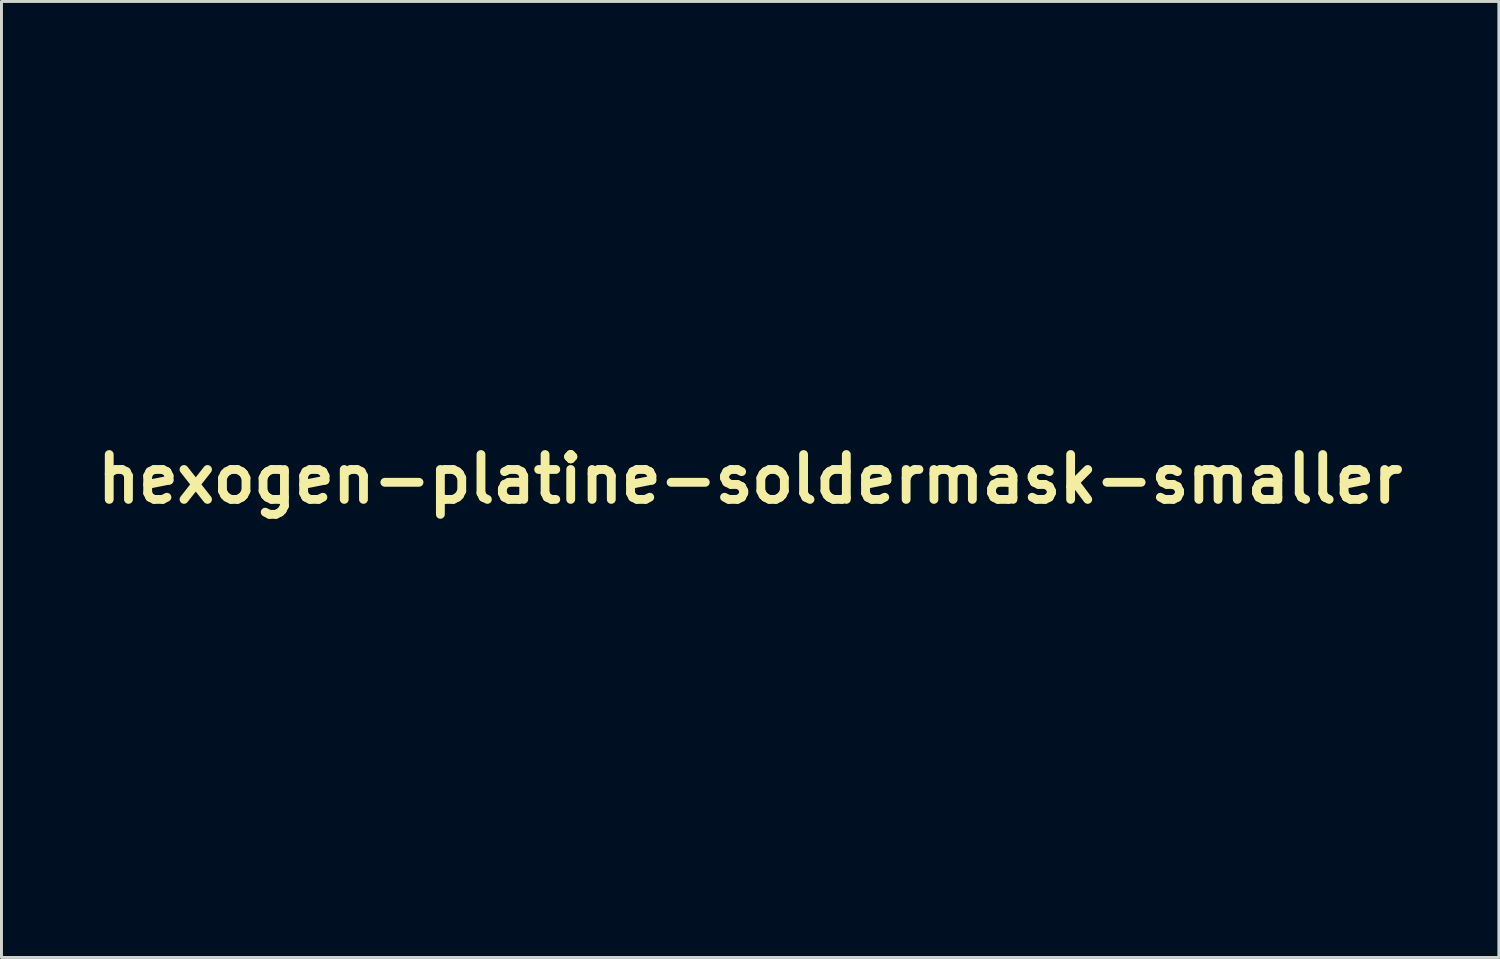
<source format=kicad_pcb>
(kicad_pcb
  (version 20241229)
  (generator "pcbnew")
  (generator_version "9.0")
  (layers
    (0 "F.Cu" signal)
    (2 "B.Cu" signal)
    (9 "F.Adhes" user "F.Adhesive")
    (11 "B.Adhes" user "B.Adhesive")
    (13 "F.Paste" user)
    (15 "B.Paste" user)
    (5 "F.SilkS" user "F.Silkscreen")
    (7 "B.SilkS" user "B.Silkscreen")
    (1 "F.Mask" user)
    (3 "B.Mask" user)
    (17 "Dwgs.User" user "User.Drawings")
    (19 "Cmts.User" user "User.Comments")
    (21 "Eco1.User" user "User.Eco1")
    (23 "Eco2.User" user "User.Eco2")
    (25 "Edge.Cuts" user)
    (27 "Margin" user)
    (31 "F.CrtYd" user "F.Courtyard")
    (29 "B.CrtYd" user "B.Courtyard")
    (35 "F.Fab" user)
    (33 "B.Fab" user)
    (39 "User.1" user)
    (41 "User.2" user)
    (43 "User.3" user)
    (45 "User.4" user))
  (footprint "hexogen-platine-soldermask-smaller"
    (layer "F.Cu")
    (at 22.432 13.224)
    (property "Reference" "hexogen-platine-soldermask-smaller" (at 0 0 0) (layer "F.SilkS") (effects (font (size 1.524 1.524) (thickness 0.3))))
    (attr through_hole)
    (fp_poly (pts (xy 2.289 -0.714) (xy 2.404 -0.674) (xy 2.494 -0.604) (xy 2.567 -0.5) (xy 2.569 -0.497) (xy 2.577 -0.482) (xy 2.584 -0.466) (xy 2.59 -0.446) (xy 2.595 -0.42) (xy 2.599 -0.385) (xy 2.603 -0.338) (xy 2.606 -0.277) (xy 2.609 -0.198) (xy 2.611 -0.099) (xy 2.613 0.023) (xy 2.614 0.17) (xy 2.616 0.345) (xy 2.617 0.551) (xy 2.618 0.791) (xy 2.619 1.067) (xy 2.62 1.382) (xy 2.62 1.445) (xy 2.626 3.302) (xy 4.466 3.302) (xy 4.467 1.91) (xy 4.467 1.611) (xy 4.468 1.34) (xy 4.47 1.101) (xy 4.472 0.895) (xy 4.475 0.723) (xy 4.479 0.588) (xy 4.483 0.491) (xy 4.487 0.434) (xy 4.489 0.423) (xy 4.537 0.296) (xy 4.617 0.191) (xy 4.702 0.128) (xy 4.809 0.089) (xy 4.931 0.077) (xy 5.058 0.091) (xy 5.177 0.129) (xy 5.28 0.187) (xy 5.35 0.261) (xy 5.381 0.323) (xy 5.408 0.405) (xy 5.419 0.457) (xy 5.423 0.502) (xy 5.426 0.585) (xy 5.43 0.703) (xy 5.433 0.852) (xy 5.435 1.029) (xy 5.437 1.23) (xy 5.438 1.452) (xy 5.439 1.691) (xy 5.44 1.929) (xy 5.44 2.214) (xy 5.44 2.459) (xy 5.441 2.667) (xy 5.443 2.84) (xy 5.445 2.981) (xy 5.447 3.093) (xy 5.451 3.177) (xy 5.454 3.238) (xy 5.459 3.276) (xy 5.464 3.295) (xy 5.466 3.297) (xy 5.502 3.316) (xy 5.561 3.337) (xy 5.588 3.344) (xy 5.708 3.391) (xy 5.796 3.462) (xy 5.855 3.558) (xy 5.886 3.684) (xy 5.893 3.799) (xy 5.89 3.9) (xy 5.879 3.974) (xy 5.857 4.035) (xy 5.846 4.059) (xy 5.773 4.155) (xy 5.671 4.228) (xy 5.552 4.27) (xy 5.544 4.271) (xy 5.45 4.287) (xy 5.439 5.335) (xy 5.436 5.583) (xy 5.433 5.792) (xy 5.43 5.967) (xy 5.427 6.11) (xy 5.422 6.226) (xy 5.416 6.317) (xy 5.408 6.389) (xy 5.398 6.444) (xy 5.385 6.487) (xy 5.37 6.52) (xy 5.352 6.548) (xy 5.33 6.574) (xy 5.317 6.588) (xy 5.239 6.643) (xy 5.13 6.68) (xy 4.998 6.697) (xy 4.85 6.692) (xy 4.815 6.688) (xy 4.693 6.66) (xy 4.603 6.611) (xy 4.538 6.536) (xy 4.525 6.514) (xy 4.514 6.493) (xy 4.505 6.472) (xy 4.497 6.447) (xy 4.491 6.413) (xy 4.486 6.369) (xy 4.482 6.309) (xy 4.479 6.23) (xy 4.477 6.129) (xy 4.475 6.001) (xy 4.474 5.842) (xy 4.472 5.65) (xy 4.471 5.421) (xy 4.471 5.35) (xy 4.464 4.276) (xy 1.651 4.276) (xy 1.651 2.001) (xy 1.651 1.581) (xy 1.652 1.203) (xy 1.653 0.866) (xy 1.654 0.571) (xy 1.656 0.316) (xy 1.658 0.101) (xy 1.661 -0.074) (xy 1.664 -0.21) (xy 1.668 -0.307) (xy 1.672 -0.365) (xy 1.674 -0.379) (xy 1.719 -0.511) (xy 1.793 -0.611) (xy 1.896 -0.68) (xy 2.028 -0.718) (xy 2.146 -0.727) (xy 2.289 -0.714)) (stroke (width 0.01) (type solid)) (fill yes) (layer "F.Mask"))
    (fp_poly (pts (xy -1.207 -0.677) (xy -1.104 -0.596) (xy -1.029 -0.491) (xy -0.985 -0.368) (xy -0.974 -0.235) (xy -0.998 -0.102) (xy -1.032 -0.021) (xy -1.08 0.056) (xy -1.138 0.113) (xy -1.206 0.156) (xy -1.323 0.222) (xy -2.339 0.233) (xy -2.579 0.235) (xy -2.781 0.238) (xy -2.948 0.24) (xy -3.085 0.244) (xy -3.194 0.248) (xy -3.281 0.255) (xy -3.347 0.263) (xy -3.399 0.274) (xy -3.439 0.289) (xy -3.47 0.307) (xy -3.498 0.329) (xy -3.526 0.356) (xy -3.554 0.385) (xy -3.578 0.418) (xy -3.618 0.486) (xy -3.672 0.582) (xy -3.737 0.704) (xy -3.813 0.847) (xy -3.896 1.006) (xy -3.984 1.177) (xy -4.075 1.357) (xy -4.167 1.539) (xy -4.258 1.721) (xy -4.345 1.898) (xy -4.426 2.065) (xy -4.5 2.218) (xy -4.564 2.354) (xy -4.615 2.466) (xy -4.652 2.552) (xy -4.67 2.599) (xy -4.712 2.773) (xy -4.729 2.966) (xy -4.72 3.161) (xy -4.7 3.281) (xy -4.683 3.338) (xy -4.65 3.423) (xy -4.6 3.539) (xy -4.532 3.685) (xy -4.447 3.865) (xy -4.343 4.079) (xy -4.277 4.212) (xy -4.188 4.393) (xy -4.1 4.571) (xy -4.016 4.741) (xy -3.94 4.896) (xy -3.873 5.033) (xy -3.819 5.144) (xy -3.78 5.224) (xy -3.773 5.239) (xy -3.704 5.377) (xy -3.644 5.481) (xy -3.586 5.559) (xy -3.524 5.618) (xy -3.455 5.665) (xy -3.414 5.686) (xy -3.294 5.745) (xy -2.34 5.749) (xy -2.069 5.75) (xy -1.84 5.753) (xy -1.651 5.756) (xy -1.502 5.761) (xy -1.393 5.766) (xy -1.322 5.773) (xy -1.295 5.777) (xy -1.178 5.83) (xy -1.084 5.913) (xy -1.017 6.022) (xy -0.981 6.148) (xy -0.979 6.262) (xy -1.009 6.408) (xy -1.071 6.528) (xy -1.16 6.619) (xy -1.277 6.679) (xy -1.302 6.686) (xy -1.342 6.692) (xy -1.42 6.696) (xy -1.53 6.7) (xy -1.666 6.703) (xy -1.823 6.705) (xy -1.995 6.706) (xy -2.179 6.707) (xy -2.368 6.706) (xy -2.557 6.705) (xy -2.74 6.704) (xy -2.913 6.701) (xy -3.07 6.698) (xy -3.205 6.693) (xy -3.315 6.689) (xy -3.334 6.687) (xy -3.529 6.668) (xy -3.693 6.635) (xy -3.835 6.586) (xy -3.966 6.518) (xy -3.991 6.502) (xy -4.13 6.395) (xy -4.265 6.26) (xy -4.384 6.109) (xy -4.414 6.065) (xy -4.44 6.019) (xy -4.483 5.94) (xy -4.539 5.832) (xy -4.608 5.699) (xy -4.686 5.547) (xy -4.771 5.378) (xy -4.862 5.199) (xy -4.955 5.013) (xy -5.049 4.825) (xy -5.141 4.64) (xy -5.229 4.461) (xy -5.311 4.294) (xy -5.384 4.143) (xy -5.447 4.013) (xy -5.497 3.907) (xy -5.532 3.831) (xy -5.545 3.8) (xy -5.639 3.507) (xy -5.69 3.213) (xy -5.699 2.916) (xy -5.667 2.62) (xy -5.592 2.326) (xy -5.506 2.102) (xy -5.468 2.018) (xy -5.415 1.906) (xy -5.349 1.77) (xy -5.273 1.615) (xy -5.189 1.445) (xy -5.099 1.265) (xy -5.006 1.079) (xy -4.911 0.891) (xy -4.817 0.707) (xy -4.727 0.53) (xy -4.642 0.365) (xy -4.565 0.217) (xy -4.498 0.09) (xy -4.444 -0.011) (xy -4.404 -0.082) (xy -4.386 -0.113) (xy -4.234 -0.303) (xy -4.057 -0.46) (xy -3.857 -0.582) (xy -3.633 -0.668) (xy -3.545 -0.691) (xy -3.502 -0.699) (xy -3.456 -0.707) (xy -3.402 -0.713) (xy -3.337 -0.718) (xy -3.256 -0.722) (xy -3.156 -0.724) (xy -3.032 -0.727) (xy -2.88 -0.728) (xy -2.696 -0.729) (xy -2.476 -0.729) (xy -2.339 -0.729) (xy -1.302 -0.73) (xy -1.207 -0.677)) (stroke (width 0.01) (type solid)) (fill yes) (layer "F.Mask"))
    (fp_poly (pts (xy 0.197 -13.218) (xy 0.269 -13.213) (xy 0.327 -13.201) (xy 0.384 -13.18) (xy 0.449 -13.149) (xy 0.603 -13.052) (xy 0.727 -12.928) (xy 0.819 -12.784) (xy 0.878 -12.625) (xy 0.902 -12.456) (xy 0.888 -12.283) (xy 0.835 -12.112) (xy 0.826 -12.093) (xy 0.734 -11.941) (xy 0.609 -11.814) (xy 0.448 -11.709) (xy 0.407 -11.688) (xy 0.243 -11.61) (xy 0.243 -7.525) (xy 0.407 -7.445) (xy 0.571 -7.347) (xy 0.701 -7.23) (xy 0.805 -7.089) (xy 0.828 -7.049) (xy 0.9 -6.915) (xy 3.334 -5.509) (xy 3.662 -5.32) (xy 4.002 -5.124) (xy 4.348 -4.924) (xy 4.697 -4.723) (xy 5.044 -4.522) (xy 5.386 -4.325) (xy 5.719 -4.133) (xy 6.037 -3.95) (xy 6.338 -3.777) (xy 6.616 -3.616) (xy 6.868 -3.471) (xy 7.089 -3.344) (xy 7.186 -3.288) (xy 7.414 -3.157) (xy 7.632 -3.031) (xy 7.839 -2.911) (xy 8.03 -2.799) (xy 8.204 -2.698) (xy 8.356 -2.608) (xy 8.484 -2.532) (xy 8.585 -2.472) (xy 8.656 -2.428) (xy 8.693 -2.404) (xy 8.696 -2.402) (xy 8.83 -2.273) (xy 8.934 -2.12) (xy 8.981 -2.019) (xy 9.028 -1.894) (xy 9.049 7.271) (xy 9.131 7.382) (xy 9.217 7.533) (xy 9.272 7.698) (xy 9.291 7.868) (xy 9.275 8.022) (xy 9.266 8.082) (xy 9.265 8.129) (xy 9.266 8.132) (xy 9.275 8.142) (xy 9.301 8.161) (xy 9.345 8.19) (xy 9.408 8.23) (xy 9.493 8.282) (xy 9.599 8.346) (xy 9.729 8.424) (xy 9.883 8.515) (xy 10.064 8.621) (xy 10.272 8.742) (xy 10.509 8.88) (xy 10.777 9.035) (xy 11.076 9.208) (xy 11.407 9.4) (xy 11.773 9.611) (xy 12.127 9.815) (xy 12.231 9.874) (xy 12.324 9.924) (xy 12.399 9.963) (xy 12.449 9.986) (xy 12.466 9.991) (xy 12.501 9.98) (xy 12.557 9.951) (xy 12.616 9.916) (xy 12.766 9.836) (xy 12.919 9.792) (xy 13.086 9.782) (xy 13.124 9.783) (xy 13.304 9.814) (xy 13.467 9.882) (xy 13.609 9.984) (xy 13.725 10.118) (xy 13.784 10.219) (xy 13.816 10.286) (xy 13.836 10.341) (xy 13.847 10.397) (xy 13.852 10.468) (xy 13.854 10.566) (xy 13.854 10.583) (xy 13.852 10.688) (xy 13.848 10.763) (xy 13.837 10.821) (xy 13.819 10.874) (xy 13.795 10.924) (xy 13.722 11.039) (xy 13.621 11.151) (xy 13.504 11.248) (xy 13.389 11.316) (xy 13.224 11.37) (xy 13.058 11.386) (xy 12.898 11.367) (xy 12.746 11.315) (xy 12.607 11.236) (xy 12.486 11.131) (xy 12.387 11.005) (xy 12.314 10.86) (xy 12.272 10.701) (xy 12.268 10.614) (xy 12.598 10.614) (xy 12.629 10.749) (xy 12.645 10.787) (xy 12.717 10.894) (xy 12.817 10.977) (xy 12.935 11.029) (xy 13.062 11.05) (xy 13.192 11.035) (xy 13.246 11.016) (xy 13.362 10.946) (xy 13.451 10.848) (xy 13.51 10.73) (xy 13.535 10.6) (xy 13.524 10.481) (xy 13.475 10.349) (xy 13.396 10.241) (xy 13.292 10.162) (xy 13.167 10.117) (xy 13.07 10.108) (xy 12.931 10.128) (xy 12.811 10.181) (xy 12.714 10.262) (xy 12.644 10.365) (xy 12.604 10.484) (xy 12.598 10.614) (xy 12.268 10.614) (xy 12.265 10.53) (xy 12.275 10.447) (xy 12.287 10.346) (xy 12.283 10.282) (xy 12.278 10.269) (xy 12.256 10.25) (xy 12.201 10.213) (xy 12.116 10.159) (xy 12.007 10.092) (xy 11.876 10.013) (xy 11.728 9.925) (xy 11.566 9.83) (xy 11.457 9.767) (xy 11.248 9.646) (xy 11.016 9.512) (xy 10.77 9.37) (xy 10.522 9.226) (xy 10.281 9.087) (xy 10.058 8.958) (xy 9.896 8.865) (xy 9.732 8.77) (xy 9.578 8.682) (xy 9.439 8.604) (xy 9.319 8.537) (xy 9.222 8.484) (xy 9.151 8.446) (xy 9.111 8.427) (xy 9.103 8.424) (xy 9.071 8.436) (xy 9.016 8.466) (xy 8.954 8.506) (xy 8.837 8.579) (xy 8.722 8.625) (xy 8.596 8.65) (xy 8.444 8.657) (xy 8.337 8.661) (xy 8.247 8.671) (xy 8.186 8.685) (xy 8.185 8.686) (xy 8.154 8.702) (xy 8.087 8.739) (xy 7.983 8.797) (xy 7.843 8.876) (xy 7.668 8.976) (xy 7.456 9.097) (xy 7.209 9.239) (xy 6.926 9.401) (xy 6.608 9.584) (xy 6.255 9.787) (xy 5.867 10.011) (xy 5.443 10.255) (xy 4.985 10.519) (xy 4.493 10.803) (xy 3.966 11.108) (xy 3.404 11.432) (xy 2.809 11.776) (xy 2.572 11.913) (xy 2.224 12.114) (xy 1.901 12.3) (xy 1.603 12.47) (xy 1.332 12.625) (xy 1.089 12.764) (xy 0.874 12.885) (xy 0.69 12.988) (xy 0.537 13.072) (xy 0.417 13.138) (xy 0.33 13.183) (xy 0.278 13.208) (xy 0.268 13.212) (xy 0.095 13.245) (xy -0.078 13.24) (xy -0.213 13.208) (xy -0.25 13.191) (xy -0.321 13.155) (xy -0.422 13.1) (xy -0.55 13.03) (xy -0.702 12.945) (xy -0.874 12.849) (xy -1.064 12.741) (xy -1.268 12.625) (xy -1.482 12.502) (xy -1.673 12.392) (xy -1.91 12.255) (xy -2.149 12.117) (xy -2.385 11.98) (xy -2.616 11.847) (xy -2.835 11.721) (xy -3.038 11.603) (xy -3.22 11.498) (xy -3.378 11.407) (xy -3.506 11.333) (xy -3.556 11.304) (xy -3.65 11.25) (xy -3.777 11.176) (xy -3.934 11.085) (xy -4.118 10.979) (xy -4.326 10.859) (xy -4.553 10.727) (xy -4.798 10.586) (xy -5.056 10.437) (xy -5.324 10.282) (xy -5.6 10.123) (xy -5.879 9.961) (xy -6.079 9.846) (xy -6.346 9.691) (xy -6.604 9.542) (xy -6.85 9.401) (xy -7.081 9.268) (xy -7.296 9.145) (xy -7.491 9.033) (xy -7.664 8.934) (xy -7.813 8.849) (xy -7.935 8.779) (xy -8.028 8.727) (xy -8.089 8.693) (xy -8.117 8.679) (xy -8.117 8.678) (xy -8.164 8.669) (xy -8.239 8.661) (xy -8.329 8.657) (xy -8.359 8.657) (xy -8.509 8.651) (xy -8.632 8.628) (xy -8.743 8.586) (xy -8.856 8.52) (xy -8.923 8.48) (xy -8.98 8.456) (xy -9.013 8.451) (xy -9.039 8.463) (xy -9.097 8.495) (xy -9.186 8.544) (xy -9.302 8.609) (xy -9.44 8.688) (xy -9.599 8.779) (xy -9.775 8.88) (xy -9.965 8.988) (xy -10.165 9.104) (xy -10.372 9.223) (xy -10.583 9.345) (xy -10.795 9.468) (xy -11.005 9.59) (xy -11.208 9.708) (xy -11.403 9.822) (xy -11.585 9.928) (xy -11.752 10.026) (xy -11.901 10.113) (xy -12.027 10.188) (xy -12.128 10.249) (xy -12.201 10.293) (xy -12.242 10.319) (xy -12.25 10.325) (xy -12.265 10.367) (xy -12.274 10.444) (xy -12.277 10.541) (xy -12.289 10.728) (xy -12.326 10.886) (xy -12.392 11.023) (xy -12.49 11.144) (xy -12.541 11.193) (xy -12.67 11.285) (xy -12.81 11.344) (xy -12.971 11.372) (xy -13.06 11.375) (xy -13.176 11.371) (xy -13.268 11.357) (xy -13.354 11.33) (xy -13.361 11.327) (xy -13.5 11.252) (xy -13.628 11.143) (xy -13.735 11.012) (xy -13.784 10.926) (xy -13.817 10.855) (xy -13.838 10.796) (xy -13.849 10.736) (xy -13.853 10.658) (xy -13.853 10.6) (xy -13.538 10.6) (xy -13.515 10.725) (xy -13.455 10.843) (xy -13.362 10.942) (xy -13.244 11.014) (xy -13.111 11.046) (xy -12.968 11.039) (xy -12.904 11.023) (xy -12.814 10.979) (xy -12.728 10.906) (xy -12.658 10.819) (xy -12.62 10.74) (xy -12.595 10.592) (xy -12.61 10.455) (xy -12.664 10.331) (xy -12.757 10.223) (xy -12.763 10.218) (xy -12.882 10.141) (xy -13.007 10.105) (xy -13.135 10.109) (xy -13.261 10.154) (xy -13.379 10.238) (xy -13.383 10.241) (xy -13.473 10.351) (xy -13.524 10.473) (xy -13.538 10.6) (xy -13.853 10.6) (xy -13.854 10.584) (xy -13.852 10.483) (xy -13.846 10.411) (xy -13.832 10.35) (xy -13.808 10.287) (xy -13.788 10.245) (xy -13.694 10.089) (xy -13.572 9.962) (xy -13.43 9.865) (xy -13.272 9.804) (xy -13.147 9.784) (xy -12.991 9.788) (xy -12.839 9.823) (xy -12.681 9.894) (xy -12.602 9.939) (xy -12.526 9.983) (xy -12.459 10.016) (xy -12.413 10.032) (xy -12.405 10.033) (xy -12.381 10.024) (xy -12.325 9.996) (xy -12.237 9.949) (xy -12.117 9.883) (xy -11.964 9.797) (xy -11.777 9.692) (xy -11.557 9.567) (xy -11.303 9.422) (xy -11.015 9.257) (xy -10.692 9.071) (xy -10.334 8.865) (xy -9.94 8.637) (xy -9.51 8.389) (xy -9.319 8.278) (xy -9.253 8.237) (xy -9.202 8.2) (xy -9.177 8.174) (xy -9.176 8.173) (xy -9.174 8.139) (xy -9.179 8.077) (xy -9.189 8.007) (xy -9.201 7.819) (xy -9.2 7.813) (xy -8.865 7.813) (xy -8.857 7.959) (xy -8.81 8.088) (xy -8.728 8.196) (xy -8.609 8.281) (xy -8.604 8.283) (xy -8.524 8.309) (xy -8.422 8.318) (xy -8.315 8.311) (xy -8.221 8.289) (xy -8.193 8.277) (xy -8.13 8.235) (xy -8.064 8.177) (xy -8.036 8.147) (xy -7.965 8.035) (xy -7.932 7.912) (xy -7.934 7.786) (xy -7.972 7.664) (xy -8.044 7.553) (xy -8.148 7.46) (xy -8.153 7.456) (xy -8.205 7.425) (xy -8.256 7.407) (xy -8.319 7.4) (xy -8.403 7.398) (xy -8.492 7.4) (xy -8.554 7.408) (xy -8.604 7.427) (xy -8.653 7.456) (xy -8.76 7.55) (xy -8.831 7.663) (xy -8.864 7.798) (xy -8.865 7.813) (xy -9.2 7.813) (xy -9.172 7.637) (xy -9.103 7.465) (xy -9.042 7.368) (xy -8.975 7.275) (xy -8.975 4.659) (xy -8.019 4.659) (xy -8.019 5.01) (xy -8.019 5.34) (xy -8.018 5.647) (xy -8.018 5.929) (xy -8.017 6.184) (xy -8.017 6.411) (xy -8.016 6.606) (xy -8.015 6.768) (xy -8.014 6.895) (xy -8.013 6.984) (xy -8.012 7.035) (xy -8.011 7.046) (xy -7.985 7.109) (xy -7.924 7.192) (xy -7.864 7.26) (xy -7.77 7.367) (xy -7.702 7.465) (xy -7.653 7.565) (xy -7.615 7.684) (xy -7.608 7.711) (xy -7.582 7.794) (xy -7.551 7.86) (xy -7.528 7.892) (xy -7.504 7.908) (xy -7.445 7.943) (xy -7.355 7.997) (xy -7.235 8.068) (xy -7.089 8.155) (xy -6.917 8.255) (xy -6.723 8.369) (xy -6.51 8.493) (xy -6.279 8.628) (xy -6.033 8.771) (xy -5.774 8.921) (xy -5.505 9.076) (xy -5.45 9.108) (xy -5.134 9.291) (xy -4.795 9.487) (xy -4.44 9.692) (xy -4.075 9.903) (xy -3.706 10.116) (xy -3.338 10.329) (xy -2.977 10.538) (xy -2.629 10.739) (xy -2.301 10.929) (xy -1.997 11.105) (xy -1.723 11.264) (xy -1.714 11.269) (xy -1.401 11.45) (xy -1.123 11.61) (xy -0.879 11.751) (xy -0.666 11.872) (xy -0.485 11.975) (xy -0.332 12.06) (xy -0.208 12.128) (xy -0.11 12.181) (xy -0.037 12.218) (xy 0.012 12.24) (xy 0.039 12.249) (xy 0.043 12.249) (xy 0.068 12.238) (xy 0.127 12.207) (xy 0.219 12.157) (xy 0.34 12.09) (xy 0.488 12.007) (xy 0.661 11.909) (xy 0.857 11.798) (xy 1.073 11.674) (xy 1.308 11.54) (xy 1.558 11.397) (xy 1.822 11.245) (xy 2.097 11.086) (xy 2.287 10.976) (xy 2.607 10.791) (xy 2.944 10.596) (xy 3.293 10.395) (xy 3.648 10.189) (xy 4.004 9.983) (xy 4.358 9.779) (xy 4.702 9.579) (xy 5.034 9.387) (xy 5.347 9.206) (xy 5.636 9.039) (xy 5.898 8.888) (xy 6.049 8.8) (xy 6.286 8.663) (xy 6.513 8.53) (xy 6.727 8.405) (xy 6.925 8.289) (xy 7.105 8.182) (xy 7.263 8.088) (xy 7.398 8.006) (xy 7.506 7.94) (xy 7.584 7.891) (xy 7.586 7.89) (xy 8.016 7.89) (xy 8.039 8.013) (xy 8.093 8.126) (xy 8.177 8.221) (xy 8.288 8.291) (xy 8.302 8.296) (xy 8.372 8.312) (xy 8.465 8.316) (xy 8.563 8.31) (xy 8.648 8.295) (xy 8.674 8.286) (xy 8.789 8.216) (xy 8.875 8.121) (xy 8.931 8.007) (xy 8.953 7.882) (xy 8.94 7.752) (xy 8.889 7.625) (xy 8.809 7.515) (xy 8.713 7.441) (xy 8.594 7.401) (xy 8.51 7.391) (xy 8.375 7.397) (xy 8.264 7.434) (xy 8.167 7.507) (xy 8.146 7.528) (xy 8.068 7.64) (xy 8.025 7.763) (xy 8.016 7.89) (xy 7.586 7.89) (xy 7.631 7.86) (xy 7.643 7.849) (xy 7.661 7.806) (xy 7.683 7.739) (xy 7.695 7.692) (xy 7.76 7.513) (xy 7.852 7.365) (xy 7.928 7.283) (xy 7.986 7.225) (xy 8.034 7.169) (xy 8.057 7.135) (xy 8.06 7.108) (xy 8.063 7.041) (xy 8.066 6.936) (xy 8.069 6.796) (xy 8.072 6.623) (xy 8.074 6.421) (xy 8.076 6.19) (xy 8.078 5.935) (xy 8.08 5.656) (xy 8.082 5.357) (xy 8.083 5.04) (xy 8.085 4.708) (xy 8.086 4.362) (xy 8.087 4.005) (xy 8.087 3.641) (xy 8.088 3.27) (xy 8.088 2.896) (xy 8.088 2.521) (xy 8.088 2.147) (xy 8.088 1.778) (xy 8.087 1.414) (xy 8.087 1.06) (xy 8.086 0.716) (xy 8.084 0.386) (xy 8.083 0.073) (xy 8.082 -0.223) (xy 8.08 -0.497) (xy 8.078 -0.748) (xy 8.076 -0.974) (xy 8.073 -1.171) (xy 8.071 -1.337) (xy 8.068 -1.471) (xy 8.065 -1.569) (xy 8.062 -1.629) (xy 8.059 -1.648) (xy 8.034 -1.671) (xy 7.972 -1.714) (xy 7.873 -1.777) (xy 7.737 -1.86) (xy 7.564 -1.963) (xy 7.355 -2.087) (xy 7.108 -2.231) (xy 6.858 -2.375) (xy 6.691 -2.472) (xy 6.49 -2.588) (xy 6.261 -2.72) (xy 6.005 -2.868) (xy 5.727 -3.028) (xy 5.43 -3.2) (xy 5.118 -3.38) (xy 4.795 -3.567) (xy 4.463 -3.758) (xy 4.127 -3.952) (xy 3.791 -4.146) (xy 3.457 -4.339) (xy 3.141 -4.522) (xy 2.816 -4.709) (xy 2.505 -4.888) (xy 2.21 -5.057) (xy 1.934 -5.216) (xy 1.677 -5.363) (xy 1.441 -5.497) (xy 1.229 -5.617) (xy 1.042 -5.722) (xy 0.883 -5.811) (xy 0.752 -5.884) (xy 0.651 -5.938) (xy 0.584 -5.974) (xy 0.55 -5.99) (xy 0.547 -5.99) (xy 0.5 -5.983) (xy 0.431 -5.965) (xy 0.37 -5.945) (xy 0.195 -5.904) (xy 0.019 -5.903) (xy -0.152 -5.942) (xy -0.191 -5.958) (xy -0.27 -5.989) (xy -0.343 -6.014) (xy -0.392 -6.026) (xy -0.406 -6.025) (xy -0.43 -6.017) (xy -0.465 -6.003) (xy -0.513 -5.98) (xy -0.577 -5.948) (xy -0.657 -5.905) (xy -0.756 -5.851) (xy -0.876 -5.784) (xy -1.019 -5.704) (xy -1.187 -5.608) (xy -1.382 -5.497) (xy -1.605 -5.369) (xy -1.858 -5.223) (xy -2.144 -5.058) (xy -2.465 -4.873) (xy -2.498 -4.854) (xy -2.815 -4.671) (xy -3.153 -4.475) (xy -3.506 -4.271) (xy -3.87 -4.061) (xy -4.237 -3.849) (xy -4.603 -3.637) (xy -4.962 -3.43) (xy -5.307 -3.231) (xy -5.634 -3.042) (xy -5.936 -2.868) (xy -6.207 -2.711) (xy -6.229 -2.699) (xy -6.475 -2.556) (xy -6.712 -2.42) (xy -6.937 -2.29) (xy -7.146 -2.168) (xy -7.337 -2.057) (xy -7.508 -1.958) (xy -7.656 -1.872) (xy -7.778 -1.8) (xy -7.872 -1.745) (xy -7.934 -1.708) (xy -7.963 -1.69) (xy -7.964 -1.689) (xy -8.012 -1.653) (xy -8.018 2.66) (xy -8.018 3.086) (xy -8.019 3.5) (xy -8.019 3.902) (xy -8.019 4.289) (xy -8.019 4.659) (xy -8.975 4.659) (xy -8.975 2.775) (xy -8.974 2.175) (xy -8.974 1.617) (xy -8.974 1.101) (xy -8.973 0.628) (xy -8.972 0.195) (xy -8.971 -0.195) (xy -8.969 -0.544) (xy -8.968 -0.852) (xy -8.966 -1.119) (xy -8.964 -1.345) (xy -8.962 -1.531) (xy -8.959 -1.675) (xy -8.957 -1.779) (xy -8.954 -1.843) (xy -8.952 -1.863) (xy -8.905 -2.047) (xy -8.825 -2.204) (xy -8.725 -2.323) (xy -8.696 -2.347) (xy -8.649 -2.381) (xy -8.58 -2.426) (xy -8.489 -2.483) (xy -8.374 -2.553) (xy -8.233 -2.638) (xy -8.065 -2.737) (xy -7.868 -2.853) (xy -7.641 -2.985) (xy -7.382 -3.136) (xy -7.089 -3.305) (xy -6.76 -3.494) (xy -6.75 -3.5) (xy -6.181 -3.828) (xy -5.648 -4.134) (xy -5.15 -4.422) (xy -4.685 -4.69) (xy -4.252 -4.939) (xy -3.85 -5.171) (xy -3.478 -5.386) (xy -3.136 -5.584) (xy -2.821 -5.766) (xy -2.533 -5.933) (xy -2.27 -6.086) (xy -2.032 -6.224) (xy -1.817 -6.35) (xy -1.624 -6.463) (xy -1.453 -6.563) (xy -1.302 -6.653) (xy -1.293 -6.658) (xy -0.372 -6.658) (xy -0.345 -6.546) (xy -0.292 -6.444) (xy -0.217 -6.357) (xy -0.123 -6.29) (xy -0.015 -6.246) (xy 0.105 -6.232) (xy 0.231 -6.252) (xy 0.32 -6.288) (xy 0.426 -6.364) (xy 0.505 -6.466) (xy 0.554 -6.585) (xy 0.57 -6.713) (xy 0.551 -6.84) (xy 0.532 -6.89) (xy 0.457 -7.007) (xy 0.36 -7.095) (xy 0.246 -7.15) (xy 0.124 -7.174) (xy -0.001 -7.164) (xy -0.121 -7.119) (xy -0.229 -7.04) (xy -0.259 -7.007) (xy -0.333 -6.893) (xy -0.369 -6.776) (xy -0.372 -6.658) (xy -1.293 -6.658) (xy -1.169 -6.732) (xy -1.054 -6.801) (xy -0.956 -6.861) (xy -0.874 -6.912) (xy -0.806 -6.955) (xy -0.751 -6.99) (xy -0.709 -7.019) (xy -0.678 -7.042) (xy -0.656 -7.059) (xy -0.646 -7.069) (xy -0.532 -7.193) (xy -0.438 -7.287) (xy -0.36 -7.356) (xy -0.294 -7.404) (xy -0.233 -7.436) (xy -0.221 -7.44) (xy -0.191 -7.45) (xy -0.165 -7.457) (xy -0.142 -7.463) (xy -0.122 -7.472) (xy -0.105 -7.486) (xy -0.09 -7.507) (xy -0.078 -7.538) (xy -0.068 -7.581) (xy -0.061 -7.639) (xy -0.054 -7.715) (xy -0.05 -7.81) (xy -0.047 -7.928) (xy -0.045 -8.07) (xy -0.044 -8.24) (xy -0.044 -8.44) (xy -0.045 -8.673) (xy -0.045 -8.94) (xy -0.047 -9.244) (xy -0.048 -9.576) (xy -0.053 -11.61) (xy -0.212 -11.686) (xy -0.382 -11.788) (xy -0.518 -11.914) (xy -0.618 -12.063) (xy -0.683 -12.234) (xy -0.699 -12.312) (xy -0.704 -12.426) (xy -0.37 -12.426) (xy -0.36 -12.309) (xy -0.329 -12.216) (xy -0.271 -12.131) (xy -0.24 -12.099) (xy -0.13 -12.016) (xy -0.005 -11.97) (xy 0.129 -11.962) (xy 0.264 -11.993) (xy 0.32 -12.018) (xy 0.43 -12.096) (xy 0.507 -12.192) (xy 0.553 -12.301) (xy 0.569 -12.415) (xy 0.557 -12.531) (xy 0.518 -12.64) (xy 0.453 -12.738) (xy 0.365 -12.817) (xy 0.255 -12.873) (xy 0.124 -12.899) (xy 0.094 -12.9) (xy -0.042 -12.881) (xy -0.162 -12.824) (xy -0.264 -12.729) (xy -0.306 -12.669) (xy -0.343 -12.602) (xy -0.363 -12.542) (xy -0.369 -12.468) (xy -0.37 -12.426) (xy -0.704 -12.426) (xy -0.706 -12.484) (xy -0.674 -12.652) (xy -0.607 -12.811) (xy -0.507 -12.953) (xy -0.378 -13.074) (xy -0.243 -13.156) (xy -0.18 -13.186) (xy -0.124 -13.204) (xy -0.064 -13.214) (xy 0.015 -13.218) (xy 0.096 -13.219) (xy 0.197 -13.218)) (stroke (width 0.01) (type solid)) (fill yes) (layer "F.Mask")))
  (gr_rect
    (start -3 -3)
    (end 47.864 29.474)
    (stroke (width 0.1) (type default))
    (fill no)
    (layer "Edge.Cuts")))
</source>
